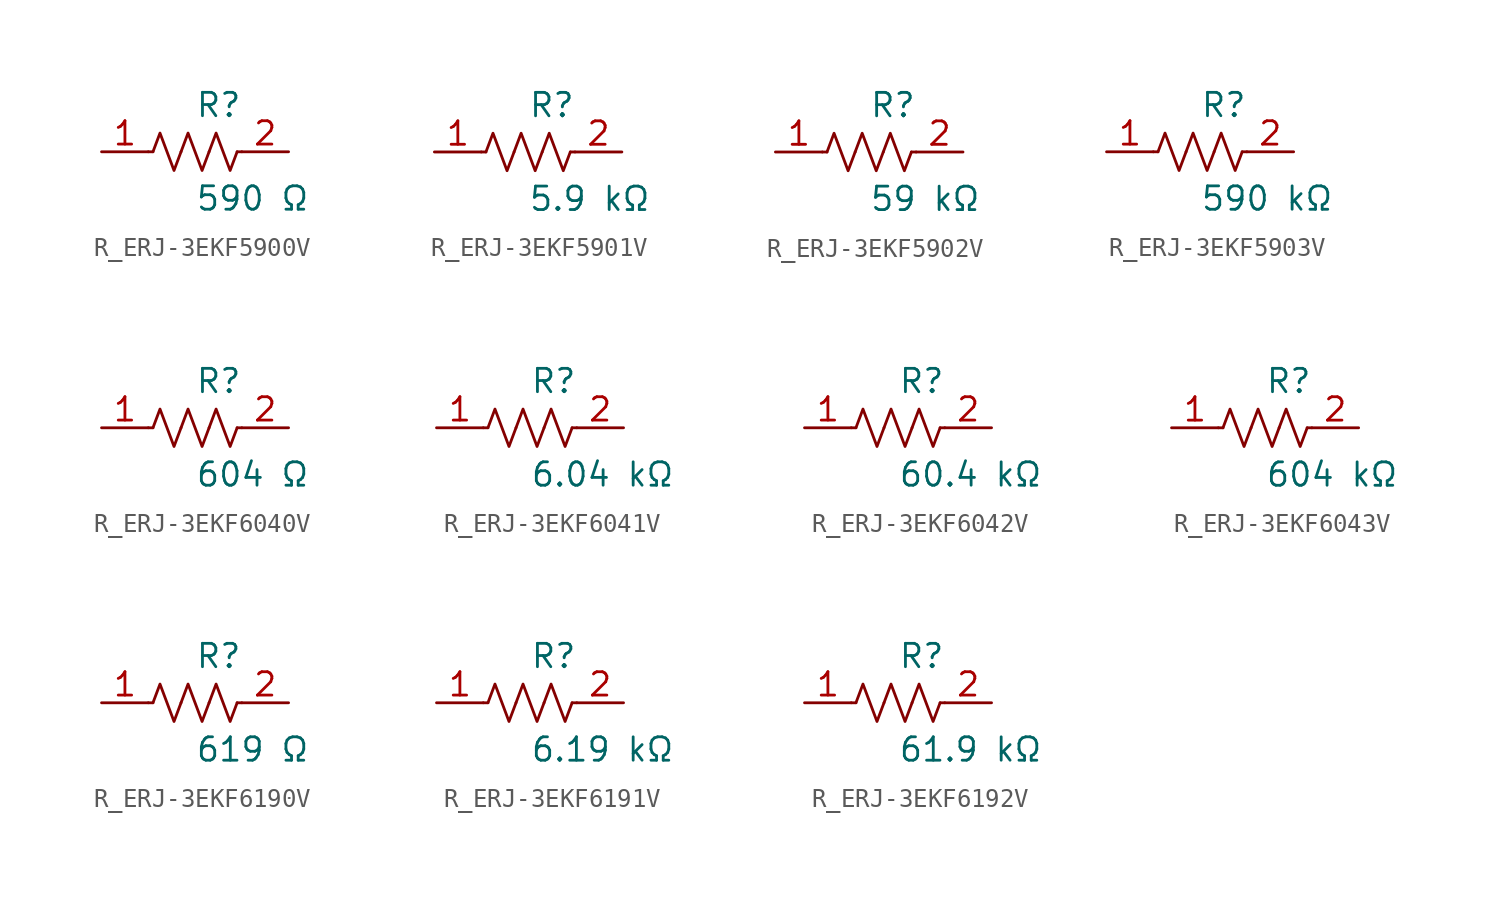
<source format=kicad_sym>
(kicad_symbol_lib
  (version 20231120)
  (generator "kicad_symbol_editor")
  (generator_version "8.0")
  (symbol "R_ERJ-3EKF5900V"
    (pin_names
      (offset 0.254))
    (property "Reference" "R"
      (at 0 2.54 0)
      (effects (font (size 1.27 1.27)) (justify left)))
    (property "Value" "590 Ω"
      (at 0 -2.54 0)
      (effects (font (size 1.27 1.27)) (justify left)))
    (symbol "R_ERJ-3EKF5900V_0_1"
      (polyline (pts (xy 2.286 0) (xy 2.54 0)) (stroke (width 0) (type default)) (fill (type none)))
      (polyline (pts (xy -2.286 0) (xy -2.54 0)) (stroke (width 0) (type default)) (fill (type none)))
      (polyline (pts (xy 0.762 0) (xy 1.143 1.016) (xy 1.524 0) (xy 1.905 -1.016) (xy 2.286 0)) (stroke (width 0) (type default)) (fill (type none)))
      (polyline (pts (xy -0.762 0) (xy -0.381 1.016) (xy 0 0) (xy 0.381 -1.016) (xy 0.762 0)) (stroke (width 0) (type default)) (fill (type none)))
      (polyline (pts (xy -2.286 0) (xy -1.905 1.016) (xy -1.524 0) (xy -1.143 -1.016) (xy -0.762 0)) (stroke (width 0) (type default)) (fill (type none))))
    (pin unspecified line
      (at -5.08 0 0)
      (length 2.54)
      (name "" (effects (font (size 1.27 1.27))))
      (number "1" (effects (font (size 1.27 1.27)))))
    (pin unspecified line
      (at 5.08 0 180)
      (length 2.54)
      (name "" (effects (font (size 1.27 1.27))))
      (number "2" (effects (font (size 1.27 1.27))))))
  (symbol "R_ERJ-3EKF5901V"
    (pin_names
      (offset 0.254))
    (property "Reference" "R"
      (at 0 2.54 0)
      (effects (font (size 1.27 1.27)) (justify left)))
    (property "Value" "5.9 kΩ"
      (at 0 -2.54 0)
      (effects (font (size 1.27 1.27)) (justify left)))
    (symbol "R_ERJ-3EKF5901V_0_1"
      (polyline (pts (xy 2.286 0) (xy 2.54 0)) (stroke (width 0) (type default)) (fill (type none)))
      (polyline (pts (xy -2.286 0) (xy -2.54 0)) (stroke (width 0) (type default)) (fill (type none)))
      (polyline (pts (xy 0.762 0) (xy 1.143 1.016) (xy 1.524 0) (xy 1.905 -1.016) (xy 2.286 0)) (stroke (width 0) (type default)) (fill (type none)))
      (polyline (pts (xy -0.762 0) (xy -0.381 1.016) (xy 0 0) (xy 0.381 -1.016) (xy 0.762 0)) (stroke (width 0) (type default)) (fill (type none)))
      (polyline (pts (xy -2.286 0) (xy -1.905 1.016) (xy -1.524 0) (xy -1.143 -1.016) (xy -0.762 0)) (stroke (width 0) (type default)) (fill (type none))))
    (pin unspecified line
      (at -5.08 0 0)
      (length 2.54)
      (name "" (effects (font (size 1.27 1.27))))
      (number "1" (effects (font (size 1.27 1.27)))))
    (pin unspecified line
      (at 5.08 0 180)
      (length 2.54)
      (name "" (effects (font (size 1.27 1.27))))
      (number "2" (effects (font (size 1.27 1.27))))))
  (symbol "R_ERJ-3EKF5902V"
    (pin_names
      (offset 0.254))
    (property "Reference" "R"
      (at 0 2.54 0)
      (effects (font (size 1.27 1.27)) (justify left)))
    (property "Value" "59 kΩ"
      (at 0 -2.54 0)
      (effects (font (size 1.27 1.27)) (justify left)))
    (symbol "R_ERJ-3EKF5902V_0_1"
      (polyline (pts (xy 2.286 0) (xy 2.54 0)) (stroke (width 0) (type default)) (fill (type none)))
      (polyline (pts (xy -2.286 0) (xy -2.54 0)) (stroke (width 0) (type default)) (fill (type none)))
      (polyline (pts (xy 0.762 0) (xy 1.143 1.016) (xy 1.524 0) (xy 1.905 -1.016) (xy 2.286 0)) (stroke (width 0) (type default)) (fill (type none)))
      (polyline (pts (xy -0.762 0) (xy -0.381 1.016) (xy 0 0) (xy 0.381 -1.016) (xy 0.762 0)) (stroke (width 0) (type default)) (fill (type none)))
      (polyline (pts (xy -2.286 0) (xy -1.905 1.016) (xy -1.524 0) (xy -1.143 -1.016) (xy -0.762 0)) (stroke (width 0) (type default)) (fill (type none))))
    (pin unspecified line
      (at -5.08 0 0)
      (length 2.54)
      (name "" (effects (font (size 1.27 1.27))))
      (number "1" (effects (font (size 1.27 1.27)))))
    (pin unspecified line
      (at 5.08 0 180)
      (length 2.54)
      (name "" (effects (font (size 1.27 1.27))))
      (number "2" (effects (font (size 1.27 1.27))))))
  (symbol "R_ERJ-3EKF5903V"
    (pin_names
      (offset 0.254))
    (property "Reference" "R"
      (at 0 2.54 0)
      (effects (font (size 1.27 1.27)) (justify left)))
    (property "Value" "590 kΩ"
      (at 0 -2.54 0)
      (effects (font (size 1.27 1.27)) (justify left)))
    (symbol "R_ERJ-3EKF5903V_0_1"
      (polyline (pts (xy 2.286 0) (xy 2.54 0)) (stroke (width 0) (type default)) (fill (type none)))
      (polyline (pts (xy -2.286 0) (xy -2.54 0)) (stroke (width 0) (type default)) (fill (type none)))
      (polyline (pts (xy 0.762 0) (xy 1.143 1.016) (xy 1.524 0) (xy 1.905 -1.016) (xy 2.286 0)) (stroke (width 0) (type default)) (fill (type none)))
      (polyline (pts (xy -0.762 0) (xy -0.381 1.016) (xy 0 0) (xy 0.381 -1.016) (xy 0.762 0)) (stroke (width 0) (type default)) (fill (type none)))
      (polyline (pts (xy -2.286 0) (xy -1.905 1.016) (xy -1.524 0) (xy -1.143 -1.016) (xy -0.762 0)) (stroke (width 0) (type default)) (fill (type none))))
    (pin unspecified line
      (at -5.08 0 0)
      (length 2.54)
      (name "" (effects (font (size 1.27 1.27))))
      (number "1" (effects (font (size 1.27 1.27)))))
    (pin unspecified line
      (at 5.08 0 180)
      (length 2.54)
      (name "" (effects (font (size 1.27 1.27))))
      (number "2" (effects (font (size 1.27 1.27))))))
  (symbol "R_ERJ-3EKF6040V"
    (pin_names
      (offset 0.254))
    (property "Reference" "R"
      (at 0 2.54 0)
      (effects (font (size 1.27 1.27)) (justify left)))
    (property "Value" "604 Ω"
      (at 0 -2.54 0)
      (effects (font (size 1.27 1.27)) (justify left)))
    (symbol "R_ERJ-3EKF6040V_0_1"
      (polyline (pts (xy 2.286 0) (xy 2.54 0)) (stroke (width 0) (type default)) (fill (type none)))
      (polyline (pts (xy -2.286 0) (xy -2.54 0)) (stroke (width 0) (type default)) (fill (type none)))
      (polyline (pts (xy 0.762 0) (xy 1.143 1.016) (xy 1.524 0) (xy 1.905 -1.016) (xy 2.286 0)) (stroke (width 0) (type default)) (fill (type none)))
      (polyline (pts (xy -0.762 0) (xy -0.381 1.016) (xy 0 0) (xy 0.381 -1.016) (xy 0.762 0)) (stroke (width 0) (type default)) (fill (type none)))
      (polyline (pts (xy -2.286 0) (xy -1.905 1.016) (xy -1.524 0) (xy -1.143 -1.016) (xy -0.762 0)) (stroke (width 0) (type default)) (fill (type none))))
    (pin unspecified line
      (at -5.08 0 0)
      (length 2.54)
      (name "" (effects (font (size 1.27 1.27))))
      (number "1" (effects (font (size 1.27 1.27)))))
    (pin unspecified line
      (at 5.08 0 180)
      (length 2.54)
      (name "" (effects (font (size 1.27 1.27))))
      (number "2" (effects (font (size 1.27 1.27))))))
  (symbol "R_ERJ-3EKF6041V"
    (pin_names
      (offset 0.254))
    (property "Reference" "R"
      (at 0 2.54 0)
      (effects (font (size 1.27 1.27)) (justify left)))
    (property "Value" "6.04 kΩ"
      (at 0 -2.54 0)
      (effects (font (size 1.27 1.27)) (justify left)))
    (symbol "R_ERJ-3EKF6041V_0_1"
      (polyline (pts (xy 2.286 0) (xy 2.54 0)) (stroke (width 0) (type default)) (fill (type none)))
      (polyline (pts (xy -2.286 0) (xy -2.54 0)) (stroke (width 0) (type default)) (fill (type none)))
      (polyline (pts (xy 0.762 0) (xy 1.143 1.016) (xy 1.524 0) (xy 1.905 -1.016) (xy 2.286 0)) (stroke (width 0) (type default)) (fill (type none)))
      (polyline (pts (xy -0.762 0) (xy -0.381 1.016) (xy 0 0) (xy 0.381 -1.016) (xy 0.762 0)) (stroke (width 0) (type default)) (fill (type none)))
      (polyline (pts (xy -2.286 0) (xy -1.905 1.016) (xy -1.524 0) (xy -1.143 -1.016) (xy -0.762 0)) (stroke (width 0) (type default)) (fill (type none))))
    (pin unspecified line
      (at -5.08 0 0)
      (length 2.54)
      (name "" (effects (font (size 1.27 1.27))))
      (number "1" (effects (font (size 1.27 1.27)))))
    (pin unspecified line
      (at 5.08 0 180)
      (length 2.54)
      (name "" (effects (font (size 1.27 1.27))))
      (number "2" (effects (font (size 1.27 1.27))))))
  (symbol "R_ERJ-3EKF6042V"
    (pin_names
      (offset 0.254))
    (property "Reference" "R"
      (at 0 2.54 0)
      (effects (font (size 1.27 1.27)) (justify left)))
    (property "Value" "60.4 kΩ"
      (at 0 -2.54 0)
      (effects (font (size 1.27 1.27)) (justify left)))
    (symbol "R_ERJ-3EKF6042V_0_1"
      (polyline (pts (xy 2.286 0) (xy 2.54 0)) (stroke (width 0) (type default)) (fill (type none)))
      (polyline (pts (xy -2.286 0) (xy -2.54 0)) (stroke (width 0) (type default)) (fill (type none)))
      (polyline (pts (xy 0.762 0) (xy 1.143 1.016) (xy 1.524 0) (xy 1.905 -1.016) (xy 2.286 0)) (stroke (width 0) (type default)) (fill (type none)))
      (polyline (pts (xy -0.762 0) (xy -0.381 1.016) (xy 0 0) (xy 0.381 -1.016) (xy 0.762 0)) (stroke (width 0) (type default)) (fill (type none)))
      (polyline (pts (xy -2.286 0) (xy -1.905 1.016) (xy -1.524 0) (xy -1.143 -1.016) (xy -0.762 0)) (stroke (width 0) (type default)) (fill (type none))))
    (pin unspecified line
      (at -5.08 0 0)
      (length 2.54)
      (name "" (effects (font (size 1.27 1.27))))
      (number "1" (effects (font (size 1.27 1.27)))))
    (pin unspecified line
      (at 5.08 0 180)
      (length 2.54)
      (name "" (effects (font (size 1.27 1.27))))
      (number "2" (effects (font (size 1.27 1.27))))))
  (symbol "R_ERJ-3EKF6043V"
    (pin_names
      (offset 0.254))
    (property "Reference" "R"
      (at 0 2.54 0)
      (effects (font (size 1.27 1.27)) (justify left)))
    (property "Value" "604 kΩ"
      (at 0 -2.54 0)
      (effects (font (size 1.27 1.27)) (justify left)))
    (symbol "R_ERJ-3EKF6043V_0_1"
      (polyline (pts (xy 2.286 0) (xy 2.54 0)) (stroke (width 0) (type default)) (fill (type none)))
      (polyline (pts (xy -2.286 0) (xy -2.54 0)) (stroke (width 0) (type default)) (fill (type none)))
      (polyline (pts (xy 0.762 0) (xy 1.143 1.016) (xy 1.524 0) (xy 1.905 -1.016) (xy 2.286 0)) (stroke (width 0) (type default)) (fill (type none)))
      (polyline (pts (xy -0.762 0) (xy -0.381 1.016) (xy 0 0) (xy 0.381 -1.016) (xy 0.762 0)) (stroke (width 0) (type default)) (fill (type none)))
      (polyline (pts (xy -2.286 0) (xy -1.905 1.016) (xy -1.524 0) (xy -1.143 -1.016) (xy -0.762 0)) (stroke (width 0) (type default)) (fill (type none))))
    (pin unspecified line
      (at -5.08 0 0)
      (length 2.54)
      (name "" (effects (font (size 1.27 1.27))))
      (number "1" (effects (font (size 1.27 1.27)))))
    (pin unspecified line
      (at 5.08 0 180)
      (length 2.54)
      (name "" (effects (font (size 1.27 1.27))))
      (number "2" (effects (font (size 1.27 1.27))))))
  (symbol "R_ERJ-3EKF6190V"
    (pin_names
      (offset 0.254))
    (property "Reference" "R"
      (at 0 2.54 0)
      (effects (font (size 1.27 1.27)) (justify left)))
    (property "Value" "619 Ω"
      (at 0 -2.54 0)
      (effects (font (size 1.27 1.27)) (justify left)))
    (symbol "R_ERJ-3EKF6190V_0_1"
      (polyline (pts (xy 2.286 0) (xy 2.54 0)) (stroke (width 0) (type default)) (fill (type none)))
      (polyline (pts (xy -2.286 0) (xy -2.54 0)) (stroke (width 0) (type default)) (fill (type none)))
      (polyline (pts (xy 0.762 0) (xy 1.143 1.016) (xy 1.524 0) (xy 1.905 -1.016) (xy 2.286 0)) (stroke (width 0) (type default)) (fill (type none)))
      (polyline (pts (xy -0.762 0) (xy -0.381 1.016) (xy 0 0) (xy 0.381 -1.016) (xy 0.762 0)) (stroke (width 0) (type default)) (fill (type none)))
      (polyline (pts (xy -2.286 0) (xy -1.905 1.016) (xy -1.524 0) (xy -1.143 -1.016) (xy -0.762 0)) (stroke (width 0) (type default)) (fill (type none))))
    (pin unspecified line
      (at -5.08 0 0)
      (length 2.54)
      (name "" (effects (font (size 1.27 1.27))))
      (number "1" (effects (font (size 1.27 1.27)))))
    (pin unspecified line
      (at 5.08 0 180)
      (length 2.54)
      (name "" (effects (font (size 1.27 1.27))))
      (number "2" (effects (font (size 1.27 1.27))))))
  (symbol "R_ERJ-3EKF6191V"
    (pin_names
      (offset 0.254))
    (property "Reference" "R"
      (at 0 2.54 0)
      (effects (font (size 1.27 1.27)) (justify left)))
    (property "Value" "6.19 kΩ"
      (at 0 -2.54 0)
      (effects (font (size 1.27 1.27)) (justify left)))
    (symbol "R_ERJ-3EKF6191V_0_1"
      (polyline (pts (xy 2.286 0) (xy 2.54 0)) (stroke (width 0) (type default)) (fill (type none)))
      (polyline (pts (xy -2.286 0) (xy -2.54 0)) (stroke (width 0) (type default)) (fill (type none)))
      (polyline (pts (xy 0.762 0) (xy 1.143 1.016) (xy 1.524 0) (xy 1.905 -1.016) (xy 2.286 0)) (stroke (width 0) (type default)) (fill (type none)))
      (polyline (pts (xy -0.762 0) (xy -0.381 1.016) (xy 0 0) (xy 0.381 -1.016) (xy 0.762 0)) (stroke (width 0) (type default)) (fill (type none)))
      (polyline (pts (xy -2.286 0) (xy -1.905 1.016) (xy -1.524 0) (xy -1.143 -1.016) (xy -0.762 0)) (stroke (width 0) (type default)) (fill (type none))))
    (pin unspecified line
      (at -5.08 0 0)
      (length 2.54)
      (name "" (effects (font (size 1.27 1.27))))
      (number "1" (effects (font (size 1.27 1.27)))))
    (pin unspecified line
      (at 5.08 0 180)
      (length 2.54)
      (name "" (effects (font (size 1.27 1.27))))
      (number "2" (effects (font (size 1.27 1.27))))))
  (symbol "R_ERJ-3EKF6192V"
    (pin_names
      (offset 0.254))
    (property "Reference" "R"
      (at 0 2.54 0)
      (effects (font (size 1.27 1.27)) (justify left)))
    (property "Value" "61.9 kΩ"
      (at 0 -2.54 0)
      (effects (font (size 1.27 1.27)) (justify left)))
    (symbol "R_ERJ-3EKF6192V_0_1"
      (polyline (pts (xy 2.286 0) (xy 2.54 0)) (stroke (width 0) (type default)) (fill (type none)))
      (polyline (pts (xy -2.286 0) (xy -2.54 0)) (stroke (width 0) (type default)) (fill (type none)))
      (polyline (pts (xy 0.762 0) (xy 1.143 1.016) (xy 1.524 0) (xy 1.905 -1.016) (xy 2.286 0)) (stroke (width 0) (type default)) (fill (type none)))
      (polyline (pts (xy -0.762 0) (xy -0.381 1.016) (xy 0 0) (xy 0.381 -1.016) (xy 0.762 0)) (stroke (width 0) (type default)) (fill (type none)))
      (polyline (pts (xy -2.286 0) (xy -1.905 1.016) (xy -1.524 0) (xy -1.143 -1.016) (xy -0.762 0)) (stroke (width 0) (type default)) (fill (type none))))
    (pin unspecified line
      (at -5.08 0 0)
      (length 2.54)
      (name "" (effects (font (size 1.27 1.27))))
      (number "1" (effects (font (size 1.27 1.27)))))
    (pin unspecified line
      (at 5.08 0 180)
      (length 2.54)
      (name "" (effects (font (size 1.27 1.27))))
      (number "2" (effects (font (size 1.27 1.27)))))))
</source>
